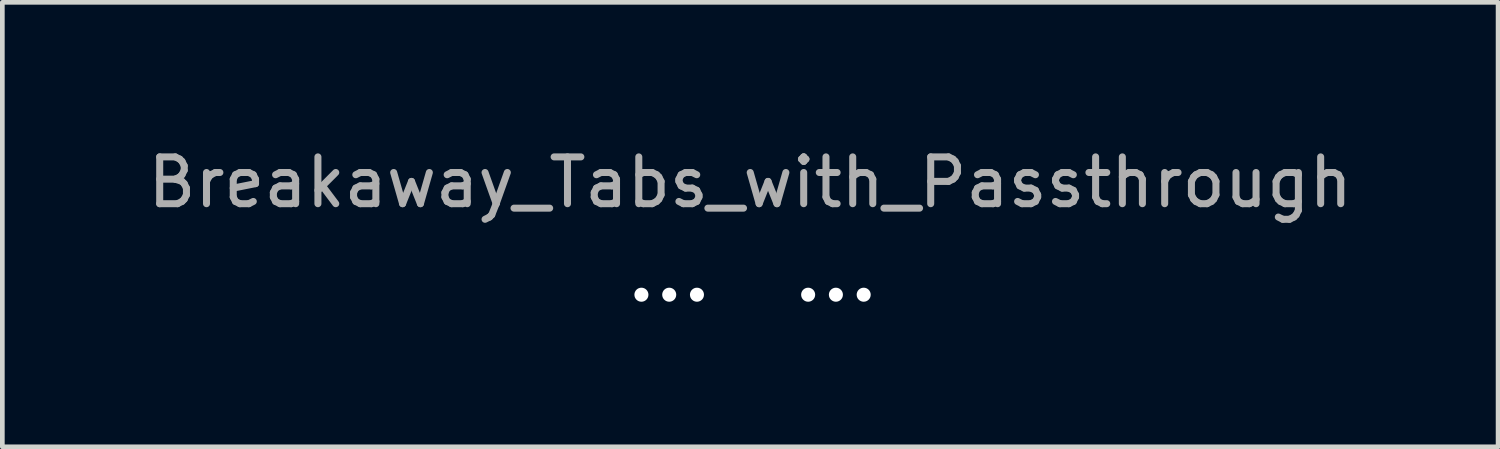
<source format=kicad_pcb>
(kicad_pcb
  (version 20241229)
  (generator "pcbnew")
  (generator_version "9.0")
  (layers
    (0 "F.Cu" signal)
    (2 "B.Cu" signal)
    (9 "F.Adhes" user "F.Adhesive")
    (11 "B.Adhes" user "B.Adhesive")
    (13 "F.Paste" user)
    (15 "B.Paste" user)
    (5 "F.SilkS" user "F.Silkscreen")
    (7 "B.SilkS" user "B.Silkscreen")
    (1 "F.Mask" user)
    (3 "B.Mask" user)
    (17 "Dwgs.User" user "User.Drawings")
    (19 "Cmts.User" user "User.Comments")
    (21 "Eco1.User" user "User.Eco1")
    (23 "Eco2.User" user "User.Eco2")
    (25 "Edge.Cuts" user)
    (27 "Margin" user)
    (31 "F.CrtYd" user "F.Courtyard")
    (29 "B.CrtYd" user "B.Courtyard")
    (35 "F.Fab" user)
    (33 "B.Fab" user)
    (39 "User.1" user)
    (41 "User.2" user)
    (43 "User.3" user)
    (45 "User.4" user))
  (footprint "Breakaway_Tabs_with_Passthrough"
    (layer "F.Cu")
    (at 13.032 3.248)
    (property "Reference" "Breakaway_Tabs_with_Passthrough" (at -0.05 -2.4 0) (layer "F.Fab") (effects (font (size 1 1) (thickness 0.15))))
    (attr through_hole)
    (pad "" np_thru_hole circle (at -2.375 0) (size 0.3 0.3) (drill 0.3) (layers "*.Cu" "*.Mask"))
    (pad "" np_thru_hole circle (at -1.781 0) (size 0.3 0.3) (drill 0.3) (layers "*.Cu" "*.Mask"))
    (pad "" np_thru_hole circle (at -1.188 0) (size 0.3 0.3) (drill 0.3) (layers "*.Cu" "*.Mask"))
    (pad "" np_thru_hole circle (at 1.188 0) (size 0.3 0.3) (drill 0.3) (layers "*.Cu" "*.Mask"))
    (pad "" np_thru_hole circle (at 1.781 0) (size 0.3 0.3) (drill 0.3) (layers "*.Cu" "*.Mask"))
    (pad "" np_thru_hole circle (at 2.375 0) (size 0.3 0.3) (drill 0.3) (layers "*.Cu" "*.Mask")))
  (gr_rect
    (start -3 -3)
    (end 28.964 6.498)
    (stroke (width 0.1) (type default))
    (fill no)
    (layer "Edge.Cuts")))
</source>
